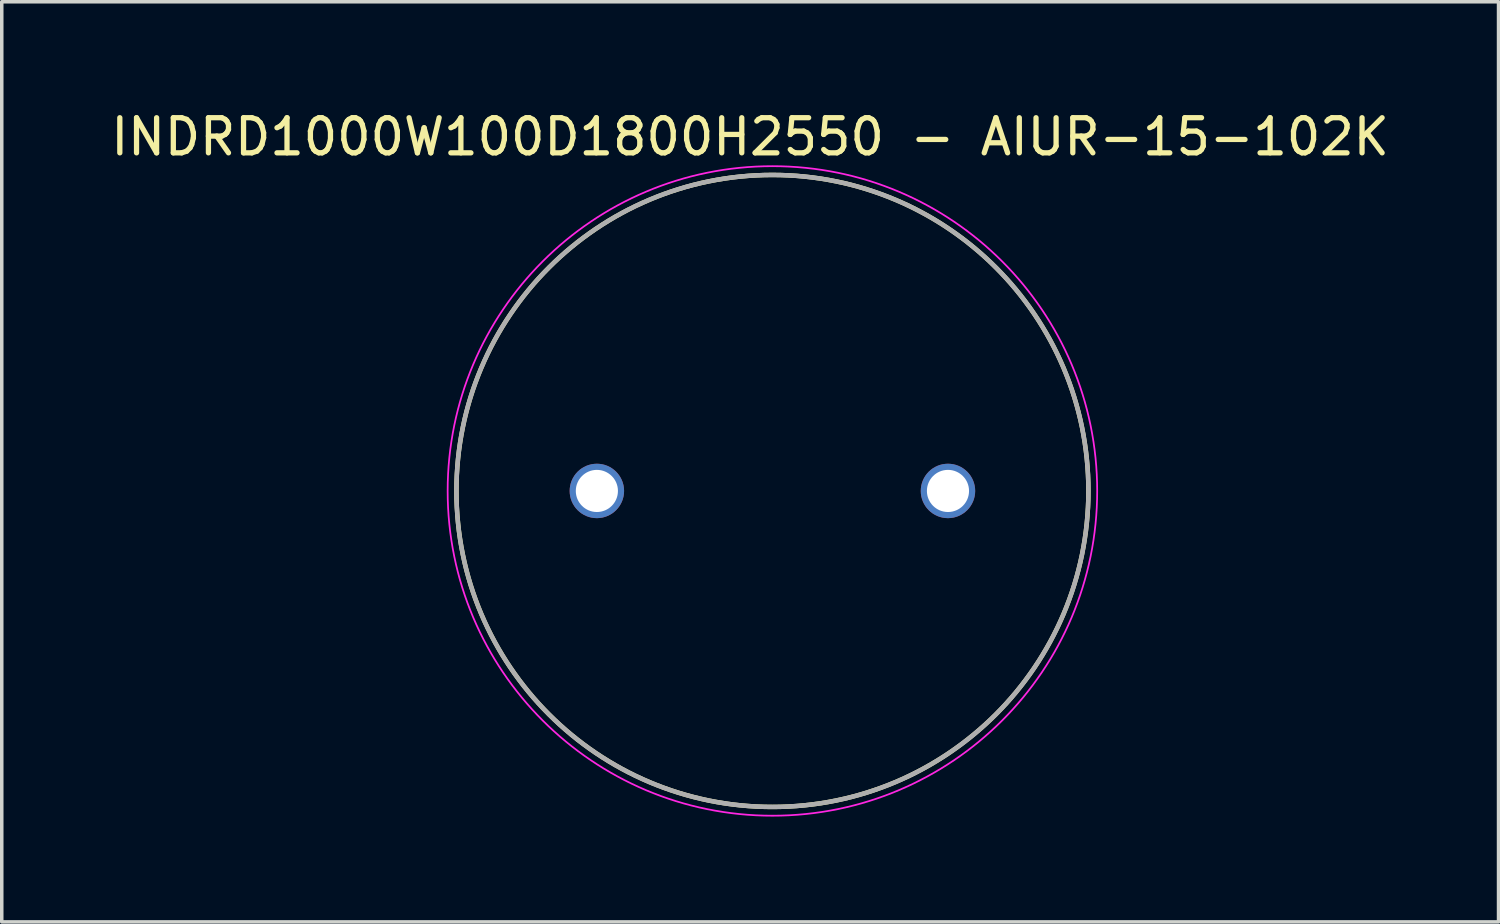
<source format=kicad_pcb>
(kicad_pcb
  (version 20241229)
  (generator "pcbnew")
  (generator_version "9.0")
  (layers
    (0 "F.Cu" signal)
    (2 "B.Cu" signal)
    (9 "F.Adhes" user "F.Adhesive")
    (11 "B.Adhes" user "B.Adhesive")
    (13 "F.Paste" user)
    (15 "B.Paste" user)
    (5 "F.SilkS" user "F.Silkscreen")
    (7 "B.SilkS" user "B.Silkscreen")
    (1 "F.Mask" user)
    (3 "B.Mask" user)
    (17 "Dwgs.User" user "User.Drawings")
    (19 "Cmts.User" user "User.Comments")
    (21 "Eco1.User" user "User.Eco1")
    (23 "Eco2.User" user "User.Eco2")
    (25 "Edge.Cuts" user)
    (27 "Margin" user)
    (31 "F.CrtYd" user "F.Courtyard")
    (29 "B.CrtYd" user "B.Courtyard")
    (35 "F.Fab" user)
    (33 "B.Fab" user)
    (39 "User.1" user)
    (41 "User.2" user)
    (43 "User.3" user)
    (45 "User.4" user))
  (footprint "INDRD1000W100D1800H2550 - AIUR-15-102K"
    (layer "F.Cu")
    (at 18.95 10.933)
    (property "Reference" "INDRD1000W100D1800H2550 - AIUR-15-102K" (at -0.635 -10.085 0) (layer "F.SilkS") (effects (font (size 1 1) (thickness 0.15))))
    (attr through_hole)
    (fp_circle (center 0 0) (end 9 0) (stroke (width 0.127) (type solid)) (fill no) (layer "F.SilkS"))
    (fp_circle (center 0 0) (end 9.25 0) (stroke (width 0.05) (type solid)) (fill no) (layer "F.CrtYd"))
    (fp_circle (center 0 0) (end 9 0) (stroke (width 0.127) (type solid)) (fill no) (layer "F.Fab"))
    (pad "1" thru_hole circle (at -5 0) (size 1.55 1.55) (drill 1.2) (layers "*.Cu" "*.Mask"))
    (pad "2" thru_hole circle (at 5 0) (size 1.55 1.55) (drill 1.2) (layers "*.Cu" "*.Mask")))
  (gr_rect
    (start -3 -3)
    (end 39.631 23.208)
    (stroke (width 0.1) (type default))
    (fill no)
    (layer "Edge.Cuts")))
</source>
